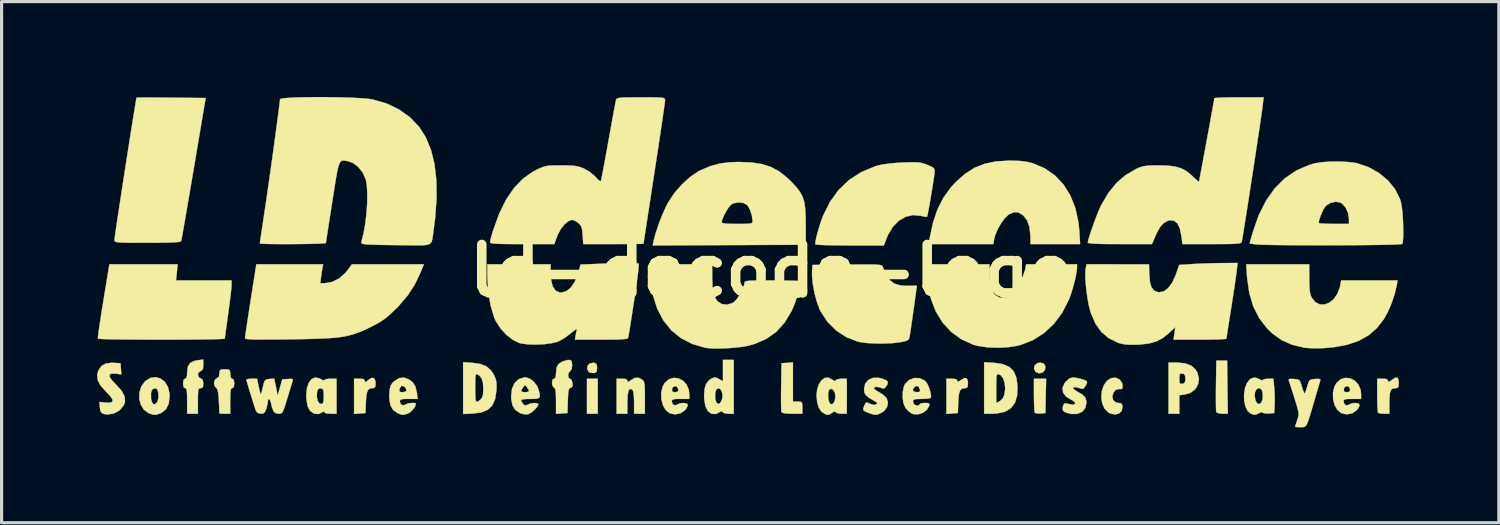
<source format=kicad_pcb>
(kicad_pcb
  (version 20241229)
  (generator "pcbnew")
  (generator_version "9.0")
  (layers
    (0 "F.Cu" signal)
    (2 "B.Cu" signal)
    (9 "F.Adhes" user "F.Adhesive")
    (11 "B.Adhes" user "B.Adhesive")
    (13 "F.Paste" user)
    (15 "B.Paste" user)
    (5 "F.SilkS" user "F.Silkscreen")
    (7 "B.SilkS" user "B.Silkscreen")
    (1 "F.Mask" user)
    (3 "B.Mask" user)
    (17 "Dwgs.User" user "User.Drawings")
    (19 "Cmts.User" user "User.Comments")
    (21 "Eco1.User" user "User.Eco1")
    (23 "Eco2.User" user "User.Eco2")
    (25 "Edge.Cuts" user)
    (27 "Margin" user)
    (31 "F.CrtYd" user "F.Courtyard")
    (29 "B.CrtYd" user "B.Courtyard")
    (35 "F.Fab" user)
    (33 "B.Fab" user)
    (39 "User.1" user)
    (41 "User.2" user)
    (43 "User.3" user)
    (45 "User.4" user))
  (footprint "ld-decode-logo"
    (layer "F.Cu")
    (at 21.207 5.472)
    (property "Reference" "ld-decode-logo" (at 0 0 0) (layer "F.SilkS") (effects (font (size 1.524 1.524) (thickness 0.3))))
    (attr through_hole)
    (fp_poly (pts (xy -5.461 4.487) (xy -5.8 4.487) (xy -5.8 3.387) (xy -5.461 3.387) (xy -5.461 4.487)) (stroke (width 0.01) (type solid)) (fill yes) (layer "F.SilkS"))
    (fp_poly (pts (xy 8.563 2.911) (xy 8.618 2.994) (xy 8.602 3.11) (xy 8.601 3.113) (xy 8.524 3.195) (xy 8.416 3.218) (xy 8.313 3.174) (xy 8.306 3.167) (xy 8.256 3.07) (xy 8.275 2.974) (xy 8.35 2.902) (xy 8.449 2.879) (xy 8.563 2.911)) (stroke (width 0.01) (type solid)) (fill yes) (layer "F.SilkS"))
    (fp_poly (pts (xy 8.615 4.466) (xy 8.465 4.479) (xy 8.357 4.479) (xy 8.289 4.464) (xy 8.285 4.461) (xy 8.274 4.409) (xy 8.264 4.29) (xy 8.258 4.122) (xy 8.255 3.92) (xy 8.255 3.909) (xy 8.255 3.387) (xy 8.639 3.387) (xy 8.615 4.466)) (stroke (width 0.01) (type solid)) (fill yes) (layer "F.SilkS"))
    (fp_poly (pts (xy -5.58 2.886) (xy -5.512 2.911) (xy -5.486 2.977) (xy -5.482 3.048) (xy -5.491 3.15) (xy -5.531 3.196) (xy -5.588 3.209) (xy -5.69 3.199) (xy -5.747 3.168) (xy -5.798 3.072) (xy -5.78 2.977) (xy -5.709 2.907) (xy -5.597 2.884) (xy -5.58 2.886)) (stroke (width 0.01) (type solid)) (fill yes) (layer "F.SilkS"))
    (fp_poly (pts (xy 14.341 3.651) (xy 14.353 4.487) (xy 14.181 4.487) (xy 14.061 4.475) (xy 13.994 4.441) (xy 13.989 4.433) (xy 13.983 4.375) (xy 13.979 4.247) (xy 13.977 4.063) (xy 13.977 3.838) (xy 13.98 3.597) (xy 13.991 2.815) (xy 14.33 2.815) (xy 14.341 3.651)) (stroke (width 0.01) (type solid)) (fill yes) (layer "F.SilkS"))
    (fp_poly (pts (xy 0.677 4.106) (xy 0.826 4.106) (xy 0.917 4.11) (xy 0.96 4.138) (xy 0.973 4.212) (xy 0.974 4.297) (xy 0.974 4.487) (xy 0.655 4.487) (xy 0.466 4.481) (xy 0.355 4.462) (xy 0.315 4.433) (xy 0.309 4.374) (xy 0.305 4.246) (xy 0.303 4.063) (xy 0.304 3.84) (xy 0.306 3.639) (xy 0.318 2.9) (xy 0.497 2.887) (xy 0.677 2.874) (xy 0.677 4.106)) (stroke (width 0.01) (type solid)) (fill yes) (layer "F.SilkS"))
    (fp_poly (pts (xy -12.496 3.37) (xy -12.453 3.455) (xy -12.446 3.534) (xy -12.454 3.635) (xy -12.489 3.676) (xy -12.547 3.683) (xy -12.633 3.697) (xy -12.691 3.748) (xy -12.726 3.851) (xy -12.745 4.017) (xy -12.751 4.13) (xy -12.764 4.466) (xy -12.943 4.479) (xy -13.123 4.492) (xy -13.123 3.387) (xy -12.954 3.387) (xy -12.84 3.395) (xy -12.791 3.427) (xy -12.785 3.458) (xy -12.775 3.496) (xy -12.735 3.479) (xy -12.681 3.431) (xy -12.575 3.361) (xy -12.496 3.37)) (stroke (width 0.01) (type solid)) (fill yes) (layer "F.SilkS"))
    (fp_poly (pts (xy 6.144 3.379) (xy 6.177 3.469) (xy 6.181 3.537) (xy 6.172 3.637) (xy 6.135 3.677) (xy 6.08 3.683) (xy 5.994 3.697) (xy 5.936 3.748) (xy 5.901 3.851) (xy 5.881 4.017) (xy 5.876 4.13) (xy 5.863 4.466) (xy 5.683 4.479) (xy 5.503 4.492) (xy 5.503 3.387) (xy 5.673 3.387) (xy 5.79 3.397) (xy 5.838 3.431) (xy 5.842 3.451) (xy 5.855 3.485) (xy 5.903 3.468) (xy 5.965 3.425) (xy 6.075 3.365) (xy 6.144 3.379)) (stroke (width 0.01) (type solid)) (fill yes) (layer "F.SilkS"))
    (fp_poly (pts (xy 10.95 3.411) (xy 11.027 3.522) (xy 11.041 3.587) (xy 11.043 3.679) (xy 11.009 3.712) (xy 10.938 3.712) (xy 10.834 3.731) (xy 10.758 3.816) (xy 10.758 3.817) (xy 10.719 3.946) (xy 10.746 4.058) (xy 10.828 4.132) (xy 10.912 4.149) (xy 10.999 4.162) (xy 11.034 4.221) (xy 11.04 4.27) (xy 11.016 4.396) (xy 10.934 4.479) (xy 10.812 4.511) (xy 10.669 4.485) (xy 10.598 4.449) (xy 10.476 4.329) (xy 10.402 4.163) (xy 10.374 3.973) (xy 10.39 3.777) (xy 10.45 3.597) (xy 10.551 3.453) (xy 10.686 3.367) (xy 10.829 3.354) (xy 10.95 3.411)) (stroke (width 0.01) (type solid)) (fill yes) (layer "F.SilkS"))
    (fp_poly (pts (xy -4.173 3.358) (xy -4.073 3.41) (xy -4.033 3.444) (xy -4.007 3.488) (xy -3.991 3.559) (xy -3.982 3.674) (xy -3.98 3.848) (xy -3.979 3.982) (xy -3.979 4.487) (xy -4.318 4.487) (xy -4.318 4.133) (xy -4.325 3.921) (xy -4.345 3.788) (xy -4.374 3.732) (xy -4.441 3.705) (xy -4.489 3.755) (xy -4.518 3.883) (xy -4.529 4.092) (xy -4.53 4.136) (xy -4.53 4.487) (xy -4.868 4.487) (xy -4.868 3.387) (xy -4.699 3.387) (xy -4.583 3.396) (xy -4.534 3.43) (xy -4.53 3.453) (xy -4.519 3.49) (xy -4.475 3.474) (xy -4.418 3.432) (xy -4.29 3.358) (xy -4.173 3.358)) (stroke (width 0.01) (type solid)) (fill yes) (layer "F.SilkS"))
    (fp_poly (pts (xy 12.753 2.879) (xy 13.011 2.903) (xy 13.205 2.977) (xy 13.343 3.105) (xy 13.392 3.187) (xy 13.444 3.377) (xy 13.42 3.558) (xy 13.33 3.713) (xy 13.182 3.827) (xy 13.001 3.882) (xy 12.827 3.906) (xy 12.827 4.487) (xy 12.488 4.487) (xy 12.488 3.387) (xy 12.827 3.387) (xy 12.832 3.497) (xy 12.855 3.545) (xy 12.909 3.55) (xy 12.922 3.548) (xy 12.988 3.523) (xy 13.014 3.455) (xy 13.018 3.387) (xy 13.007 3.283) (xy 12.966 3.236) (xy 12.922 3.225) (xy 12.862 3.226) (xy 12.834 3.264) (xy 12.827 3.363) (xy 12.827 3.387) (xy 12.488 3.387) (xy 12.488 2.879) (xy 12.753 2.879)) (stroke (width 0.01) (type solid)) (fill yes) (layer "F.SilkS"))
    (fp_poly (pts (xy 19.721 3.423) (xy 19.727 3.514) (xy 19.721 3.623) (xy 19.694 3.672) (xy 19.631 3.683) (xy 19.63 3.683) (xy 19.54 3.696) (xy 19.481 3.745) (xy 19.448 3.843) (xy 19.433 4.003) (xy 19.431 4.136) (xy 19.431 4.487) (xy 19.269 4.487) (xy 19.157 4.481) (xy 19.085 4.464) (xy 19.078 4.459) (xy 19.067 4.408) (xy 19.059 4.29) (xy 19.052 4.122) (xy 19.05 3.921) (xy 19.05 3.909) (xy 19.05 3.387) (xy 19.219 3.387) (xy 19.335 3.396) (xy 19.384 3.43) (xy 19.389 3.453) (xy 19.4 3.49) (xy 19.443 3.474) (xy 19.5 3.432) (xy 19.615 3.357) (xy 19.686 3.353) (xy 19.721 3.423)) (stroke (width 0.01) (type solid)) (fill yes) (layer "F.SilkS"))
    (fp_poly (pts (xy 7.009 2.888) (xy 7.278 2.928) (xy 7.478 3.014) (xy 7.618 3.152) (xy 7.702 3.349) (xy 7.74 3.614) (xy 7.74 3.62) (xy 7.728 3.913) (xy 7.658 4.144) (xy 7.528 4.315) (xy 7.339 4.427) (xy 7.087 4.481) (xy 6.95 4.487) (xy 6.689 4.487) (xy 6.689 3.686) (xy 7.07 3.686) (xy 7.07 4.147) (xy 7.176 4.099) (xy 7.276 4.007) (xy 7.326 3.887) (xy 7.352 3.705) (xy 7.337 3.528) (xy 7.288 3.378) (xy 7.211 3.276) (xy 7.156 3.248) (xy 7.118 3.242) (xy 7.093 3.258) (xy 7.079 3.31) (xy 7.072 3.412) (xy 7.07 3.578) (xy 7.07 3.686) (xy 6.689 3.686) (xy 6.689 2.868) (xy 7.009 2.888)) (stroke (width 0.01) (type solid)) (fill yes) (layer "F.SilkS"))
    (fp_poly (pts (xy -20.689 2.887) (xy -20.468 2.9) (xy -20.455 3.076) (xy -20.442 3.252) (xy -20.613 3.229) (xy -20.751 3.226) (xy -20.814 3.262) (xy -20.804 3.338) (xy -20.72 3.455) (xy -20.604 3.574) (xy -20.429 3.771) (xy -20.337 3.951) (xy -20.326 4.117) (xy -20.367 4.227) (xy -20.498 4.381) (xy -20.673 4.479) (xy -20.869 4.512) (xy -20.997 4.494) (xy -21.069 4.457) (xy -21.104 4.386) (xy -21.116 4.29) (xy -21.129 4.116) (xy -20.937 4.138) (xy -20.791 4.141) (xy -20.719 4.109) (xy -20.719 4.039) (xy -20.793 3.93) (xy -20.925 3.792) (xy -21.094 3.604) (xy -21.185 3.433) (xy -21.202 3.267) (xy -21.167 3.134) (xy -21.073 2.99) (xy -20.932 2.909) (xy -20.735 2.885) (xy -20.689 2.887)) (stroke (width 0.01) (type solid)) (fill yes) (layer "F.SilkS"))
    (fp_poly (pts (xy -18.723 0.296) (xy -16.976 0.296) (xy -16.976 0.438) (xy -16.981 0.525) (xy -16.997 0.679) (xy -17.022 0.884) (xy -17.052 1.123) (xy -17.081 1.337) (xy -17.115 1.582) (xy -17.145 1.797) (xy -17.168 1.969) (xy -17.183 2.084) (xy -17.187 2.127) (xy -17.228 2.134) (xy -17.346 2.14) (xy -17.531 2.145) (xy -17.776 2.15) (xy -18.073 2.154) (xy -18.414 2.157) (xy -18.789 2.158) (xy -19.175 2.159) (xy -19.576 2.158) (xy -19.952 2.156) (xy -20.292 2.153) (xy -20.589 2.15) (xy -20.835 2.145) (xy -21.021 2.139) (xy -21.138 2.133) (xy -21.179 2.127) (xy -21.177 2.079) (xy -21.162 1.958) (xy -21.137 1.775) (xy -21.102 1.543) (xy -21.06 1.27) (xy -21.011 0.97) (xy -21.007 0.942) (xy -20.817 -0.212) (xy -18.67 -0.212) (xy -18.723 0.296)) (stroke (width 0.01) (type solid)) (fill yes) (layer "F.SilkS"))
    (fp_poly (pts (xy -9.401 2.888) (xy -9.148 2.925) (xy -8.959 3) (xy -8.818 3.123) (xy -8.728 3.261) (xy -8.675 3.379) (xy -8.648 3.491) (xy -8.643 3.632) (xy -8.648 3.76) (xy -8.687 4.025) (xy -8.774 4.224) (xy -8.915 4.361) (xy -9.117 4.445) (xy -9.379 4.481) (xy -9.694 4.497) (xy -9.694 3.684) (xy -9.313 3.684) (xy -9.312 3.895) (xy -9.305 4.03) (xy -9.288 4.101) (xy -9.255 4.116) (xy -9.201 4.086) (xy -9.133 4.03) (xy -9.087 3.962) (xy -9.064 3.846) (xy -9.059 3.716) (xy -9.071 3.514) (xy -9.111 3.376) (xy -9.186 3.287) (xy -9.23 3.259) (xy -9.266 3.244) (xy -9.29 3.252) (xy -9.304 3.298) (xy -9.311 3.394) (xy -9.313 3.554) (xy -9.313 3.684) (xy -9.694 3.684) (xy -9.694 2.867) (xy -9.401 2.888)) (stroke (width 0.01) (type solid)) (fill yes) (layer "F.SilkS"))
    (fp_poly (pts (xy -19.206 3.382) (xy -19.074 3.486) (xy -18.977 3.644) (xy -18.927 3.846) (xy -18.923 3.929) (xy -18.951 4.168) (xy -19.036 4.345) (xy -19.177 4.459) (xy -19.2 4.47) (xy -19.329 4.516) (xy -19.429 4.521) (xy -19.543 4.486) (xy -19.587 4.468) (xy -19.732 4.362) (xy -19.829 4.206) (xy -19.877 4.018) (xy -19.873 3.848) (xy -19.508 3.848) (xy -19.508 4.007) (xy -19.48 4.122) (xy -19.432 4.186) (xy -19.372 4.186) (xy -19.31 4.114) (xy -19.298 4.088) (xy -19.273 3.969) (xy -19.28 3.832) (xy -19.308 3.729) (xy -19.352 3.691) (xy -19.402 3.691) (xy -19.471 3.723) (xy -19.503 3.807) (xy -19.508 3.848) (xy -19.873 3.848) (xy -19.872 3.82) (xy -19.814 3.632) (xy -19.7 3.473) (xy -19.687 3.461) (xy -19.525 3.361) (xy -19.361 3.337) (xy -19.206 3.382)) (stroke (width 0.01) (type solid)) (fill yes) (layer "F.SilkS"))
    (fp_poly (pts (xy -17.079 3.095) (xy -17.031 3.123) (xy -17.018 3.195) (xy -17.018 3.239) (xy -17.004 3.348) (xy -16.96 3.386) (xy -16.954 3.387) (xy -16.908 3.419) (xy -16.891 3.521) (xy -16.891 3.535) (xy -16.905 3.644) (xy -16.949 3.683) (xy -16.954 3.683) (xy -16.985 3.697) (xy -17.004 3.75) (xy -17.014 3.855) (xy -17.018 4.027) (xy -17.018 4.085) (xy -17.018 4.487) (xy -17.187 4.487) (xy -17.294 4.485) (xy -17.353 4.479) (xy -17.357 4.477) (xy -17.369 4.197) (xy -17.381 3.991) (xy -17.395 3.847) (xy -17.413 3.753) (xy -17.434 3.699) (xy -17.46 3.674) (xy -17.515 3.604) (xy -17.526 3.506) (xy -17.497 3.417) (xy -17.441 3.374) (xy -17.377 3.329) (xy -17.357 3.226) (xy -17.357 3.221) (xy -17.35 3.137) (xy -17.315 3.1) (xy -17.227 3.091) (xy -17.187 3.09) (xy -17.079 3.095)) (stroke (width 0.01) (type solid)) (fill yes) (layer "F.SilkS"))
    (fp_poly (pts (xy -1.185 4.487) (xy -1.351 4.487) (xy -1.465 4.475) (xy -1.53 4.443) (xy -1.535 4.434) (xy -1.568 4.404) (xy -1.612 4.428) (xy -1.747 4.497) (xy -1.881 4.488) (xy -1.892 4.484) (xy -2.002 4.399) (xy -2.077 4.244) (xy -2.113 4.026) (xy -2.116 3.929) (xy -2.113 3.888) (xy -1.77 3.888) (xy -1.764 4.038) (xy -1.728 4.138) (xy -1.674 4.18) (xy -1.614 4.155) (xy -1.559 4.058) (xy -1.55 4.028) (xy -1.535 3.897) (xy -1.561 3.782) (xy -1.617 3.706) (xy -1.683 3.691) (xy -1.736 3.729) (xy -1.764 3.827) (xy -1.77 3.888) (xy -2.113 3.888) (xy -2.1 3.704) (xy -2.051 3.544) (xy -1.96 3.433) (xy -1.893 3.388) (xy -1.805 3.348) (xy -1.732 3.354) (xy -1.651 3.395) (xy -1.524 3.467) (xy -1.524 2.794) (xy -1.185 2.794) (xy -1.185 4.487)) (stroke (width 0.01) (type solid)) (fill yes) (layer "F.SilkS"))
    (fp_poly (pts (xy 7.809 -3.462) (xy 8.045 -3.432) (xy 8.219 -3.388) (xy 8.591 -3.231) (xy 8.914 -3.007) (xy 9.184 -2.721) (xy 9.4 -2.377) (xy 9.558 -1.978) (xy 9.655 -1.529) (xy 9.682 -1.26) (xy 9.707 -0.847) (xy 8.148 -0.847) (xy 8.145 -1.09) (xy 8.117 -1.373) (xy 8.042 -1.591) (xy 7.917 -1.75) (xy 7.91 -1.755) (xy 7.768 -1.842) (xy 7.63 -1.852) (xy 7.476 -1.784) (xy 7.45 -1.767) (xy 7.339 -1.661) (xy 7.222 -1.501) (xy 7.116 -1.314) (xy 7.037 -1.128) (xy 7.005 -1.007) (xy 6.978 -0.847) (xy 4.946 -0.847) (xy 4.975 -1.027) (xy 5.08 -1.514) (xy 5.221 -1.935) (xy 5.407 -2.302) (xy 5.642 -2.628) (xy 5.798 -2.797) (xy 6.087 -3.054) (xy 6.384 -3.244) (xy 6.704 -3.372) (xy 7.063 -3.446) (xy 7.479 -3.471) (xy 7.519 -3.471) (xy 7.809 -3.462)) (stroke (width 0.01) (type solid)) (fill yes) (layer "F.SilkS"))
    (fp_poly (pts (xy -17.865 2.953) (xy -17.874 3.07) (xy -17.91 3.128) (xy -17.949 3.145) (xy -18.021 3.202) (xy -18.034 3.26) (xy -17.999 3.347) (xy -17.949 3.374) (xy -17.887 3.416) (xy -17.865 3.509) (xy -17.865 3.54) (xy -17.875 3.64) (xy -17.914 3.679) (xy -17.949 3.683) (xy -17.989 3.689) (xy -18.014 3.718) (xy -18.027 3.785) (xy -18.033 3.906) (xy -18.034 4.085) (xy -18.034 4.487) (xy -18.373 4.487) (xy -18.373 4.085) (xy -18.375 3.893) (xy -18.383 3.772) (xy -18.4 3.707) (xy -18.427 3.684) (xy -18.436 3.683) (xy -18.483 3.651) (xy -18.5 3.548) (xy -18.5 3.535) (xy -18.486 3.425) (xy -18.442 3.387) (xy -18.436 3.387) (xy -18.396 3.363) (xy -18.376 3.283) (xy -18.373 3.182) (xy -18.351 3.007) (xy -18.278 2.892) (xy -18.142 2.826) (xy -18.037 2.806) (xy -17.865 2.783) (xy -17.865 2.953)) (stroke (width 0.01) (type solid)) (fill yes) (layer "F.SilkS"))
    (fp_poly (pts (xy -6.318 2.799) (xy -6.276 2.853) (xy -6.265 2.959) (xy -6.282 3.09) (xy -6.329 3.148) (xy -6.375 3.199) (xy -6.392 3.28) (xy -6.378 3.354) (xy -6.334 3.387) (xy -6.286 3.424) (xy -6.256 3.518) (xy -6.255 3.519) (xy -6.253 3.619) (xy -6.293 3.665) (xy -6.313 3.672) (xy -6.35 3.693) (xy -6.374 3.742) (xy -6.389 3.837) (xy -6.398 3.994) (xy -6.401 4.079) (xy -6.413 4.466) (xy -6.593 4.479) (xy -6.773 4.492) (xy -6.773 4.092) (xy -6.776 3.896) (xy -6.786 3.77) (xy -6.805 3.698) (xy -6.836 3.668) (xy -6.837 3.668) (xy -6.884 3.609) (xy -6.9 3.515) (xy -6.882 3.414) (xy -6.837 3.387) (xy -6.793 3.359) (xy -6.775 3.268) (xy -6.773 3.215) (xy -6.756 3.039) (xy -6.696 2.924) (xy -6.584 2.851) (xy -6.556 2.841) (xy -6.407 2.797) (xy -6.318 2.799)) (stroke (width 0.01) (type solid)) (fill yes) (layer "F.SilkS"))
    (fp_poly (pts (xy 15.922 -0.212) (xy 16.912 -0.212) (xy 16.913 0.243) (xy 16.917 0.474) (xy 16.93 0.638) (xy 16.954 0.755) (xy 16.988 0.835) (xy 17.101 0.978) (xy 17.239 1.049) (xy 17.389 1.054) (xy 17.54 0.998) (xy 17.679 0.886) (xy 17.794 0.723) (xy 17.874 0.514) (xy 17.887 0.454) (xy 17.916 0.296) (xy 19.689 0.296) (xy 19.662 0.455) (xy 19.599 0.723) (xy 19.501 1.014) (xy 19.382 1.291) (xy 19.258 1.514) (xy 19.038 1.795) (xy 18.779 2.021) (xy 18.473 2.193) (xy 18.112 2.317) (xy 17.689 2.396) (xy 17.357 2.425) (xy 17.153 2.431) (xy 16.949 2.427) (xy 16.782 2.413) (xy 16.764 2.411) (xy 16.378 2.321) (xy 16.044 2.173) (xy 15.746 1.959) (xy 15.593 1.81) (xy 15.343 1.489) (xy 15.155 1.119) (xy 15.028 0.696) (xy 14.959 0.216) (xy 14.955 0.161) (xy 14.931 -0.212) (xy 15.922 -0.212)) (stroke (width 0.01) (type solid)) (fill yes) (layer "F.SilkS"))
    (fp_poly (pts (xy 6.858 0.074) (xy 6.873 0.352) (xy 6.92 0.56) (xy 7.001 0.711) (xy 7.043 0.757) (xy 7.187 0.844) (xy 7.341 0.848) (xy 7.5 0.769) (xy 7.564 0.716) (xy 7.682 0.573) (xy 7.801 0.381) (xy 7.904 0.171) (xy 7.973 -0.023) (xy 7.985 -0.074) (xy 8.01 -0.212) (xy 9.61 -0.212) (xy 9.61 -0.104) (xy 9.595 0.038) (xy 9.557 0.233) (xy 9.501 0.455) (xy 9.435 0.678) (xy 9.363 0.877) (xy 9.359 0.889) (xy 9.15 1.302) (xy 8.887 1.658) (xy 8.575 1.95) (xy 8.22 2.175) (xy 7.826 2.327) (xy 7.743 2.348) (xy 7.448 2.396) (xy 7.124 2.413) (xy 6.8 2.4) (xy 6.507 2.358) (xy 6.34 2.314) (xy 5.969 2.144) (xy 5.647 1.91) (xy 5.378 1.616) (xy 5.167 1.268) (xy 5.016 0.873) (xy 4.931 0.436) (xy 4.911 0.095) (xy 4.911 -0.212) (xy 6.858 -0.212) (xy 6.858 0.074)) (stroke (width 0.01) (type solid)) (fill yes) (layer "F.SilkS"))
    (fp_poly (pts (xy -14.207 3.377) (xy -14.16 3.404) (xy -14.087 3.44) (xy -14.055 3.432) (xy -14.055 3.43) (xy -14.017 3.404) (xy -13.921 3.389) (xy -13.864 3.387) (xy -13.674 3.387) (xy -13.674 4.487) (xy -13.864 4.487) (xy -13.985 4.478) (xy -14.049 4.452) (xy -14.055 4.44) (xy -14.076 4.415) (xy -14.108 4.433) (xy -14.244 4.499) (xy -14.38 4.484) (xy -14.505 4.399) (xy -14.584 4.252) (xy -14.622 4.036) (xy -14.624 3.959) (xy -14.295 3.959) (xy -14.267 4.081) (xy -14.214 4.163) (xy -14.15 4.183) (xy -14.106 4.158) (xy -14.083 4.091) (xy -14.076 3.963) (xy -14.076 3.936) (xy -14.08 3.801) (xy -14.096 3.729) (xy -14.134 3.698) (xy -14.169 3.691) (xy -14.236 3.698) (xy -14.274 3.757) (xy -14.288 3.818) (xy -14.295 3.959) (xy -14.624 3.959) (xy -14.626 3.918) (xy -14.605 3.687) (xy -14.546 3.511) (xy -14.456 3.396) (xy -14.341 3.349) (xy -14.207 3.377)) (stroke (width 0.01) (type solid)) (fill yes) (layer "F.SilkS"))
    (fp_poly (pts (xy -2.924 3.375) (xy -2.782 3.447) (xy -2.668 3.568) (xy -2.598 3.732) (xy -2.582 3.863) (xy -2.582 4.022) (xy -2.857 4.022) (xy -3.006 4.024) (xy -3.089 4.036) (xy -3.125 4.062) (xy -3.133 4.108) (xy -3.102 4.19) (xy -3.032 4.226) (xy -2.955 4.2) (xy -2.952 4.197) (xy -2.879 4.163) (xy -2.768 4.149) (xy -2.764 4.149) (xy -2.658 4.167) (xy -2.627 4.224) (xy -2.672 4.318) (xy -2.72 4.376) (xy -2.865 4.478) (xy -3.039 4.508) (xy -3.2 4.47) (xy -3.324 4.373) (xy -3.412 4.219) (xy -3.461 4.032) (xy -3.466 3.834) (xy -3.439 3.715) (xy -3.125 3.715) (xy -3.12 3.785) (xy -3.061 3.809) (xy -3.027 3.81) (xy -2.946 3.797) (xy -2.926 3.744) (xy -2.929 3.715) (xy -2.971 3.635) (xy -3.027 3.619) (xy -3.103 3.654) (xy -3.125 3.715) (xy -3.439 3.715) (xy -3.424 3.646) (xy -3.358 3.523) (xy -3.227 3.406) (xy -3.077 3.359) (xy -2.924 3.375)) (stroke (width 0.01) (type solid)) (fill yes) (layer "F.SilkS"))
    (fp_poly (pts (xy 1.913 3.414) (xy 1.918 3.418) (xy 1.986 3.464) (xy 2.02 3.442) (xy 2.021 3.44) (xy 2.072 3.405) (xy 2.178 3.387) (xy 2.205 3.387) (xy 2.371 3.387) (xy 2.371 4.487) (xy 2.205 4.487) (xy 2.095 4.476) (xy 2.029 4.447) (xy 2.022 4.437) (xy 1.987 4.415) (xy 1.907 4.456) (xy 1.904 4.458) (xy 1.823 4.511) (xy 1.768 4.522) (xy 1.696 4.501) (xy 1.693 4.5) (xy 1.57 4.421) (xy 1.485 4.285) (xy 1.44 4.129) (xy 1.418 3.917) (xy 1.425 3.848) (xy 1.785 3.848) (xy 1.786 4.003) (xy 1.813 4.119) (xy 1.859 4.184) (xy 1.915 4.19) (xy 1.972 4.125) (xy 1.991 4.082) (xy 2.013 3.957) (xy 1.997 3.834) (xy 1.951 3.741) (xy 1.881 3.704) (xy 1.82 3.727) (xy 1.79 3.807) (xy 1.785 3.848) (xy 1.425 3.848) (xy 1.439 3.724) (xy 1.494 3.559) (xy 1.576 3.435) (xy 1.679 3.362) (xy 1.793 3.352) (xy 1.913 3.414)) (stroke (width 0.01) (type solid)) (fill yes) (layer "F.SilkS"))
    (fp_poly (pts (xy 3.167 -0.205) (xy 3.304 -0.2) (xy 3.397 -0.192) (xy 3.453 -0.18) (xy 3.483 -0.163) (xy 3.498 -0.141) (xy 3.499 -0.138) (xy 3.6 0.11) (xy 3.717 0.284) (xy 3.863 0.394) (xy 4.053 0.451) (xy 4.271 0.466) (xy 4.573 0.466) (xy 4.552 0.624) (xy 4.522 0.843) (xy 4.489 1.084) (xy 4.454 1.332) (xy 4.42 1.571) (xy 4.389 1.784) (xy 4.363 1.955) (xy 4.345 2.068) (xy 4.339 2.102) (xy 4.312 2.155) (xy 4.249 2.193) (xy 4.129 2.225) (xy 4.05 2.239) (xy 3.82 2.267) (xy 3.551 2.28) (xy 3.272 2.279) (xy 3.01 2.265) (xy 2.792 2.236) (xy 2.714 2.219) (xy 2.355 2.08) (xy 2.035 1.87) (xy 1.763 1.597) (xy 1.55 1.272) (xy 1.518 1.208) (xy 1.432 0.979) (xy 1.358 0.707) (xy 1.305 0.423) (xy 1.278 0.16) (xy 1.278 0.01) (xy 1.291 -0.191) (xy 2.382 -0.202) (xy 2.715 -0.205) (xy 2.974 -0.206) (xy 3.167 -0.205)) (stroke (width 0.01) (type solid)) (fill yes) (layer "F.SilkS"))
    (fp_poly (pts (xy 9.559 3.356) (xy 9.701 3.384) (xy 9.829 3.423) (xy 9.833 3.424) (xy 9.91 3.459) (xy 9.928 3.501) (xy 9.895 3.579) (xy 9.883 3.601) (xy 9.822 3.69) (xy 9.761 3.708) (xy 9.744 3.702) (xy 9.608 3.658) (xy 9.519 3.652) (xy 9.485 3.677) (xy 9.516 3.727) (xy 9.62 3.793) (xy 9.776 3.884) (xy 9.865 3.973) (xy 9.902 4.08) (xy 9.906 4.148) (xy 9.87 4.309) (xy 9.771 4.427) (xy 9.622 4.492) (xy 9.437 4.496) (xy 9.356 4.479) (xy 9.226 4.435) (xy 9.166 4.385) (xy 9.158 4.309) (xy 9.168 4.257) (xy 9.201 4.177) (xy 9.259 4.161) (xy 9.308 4.172) (xy 9.444 4.201) (xy 9.519 4.199) (xy 9.554 4.165) (xy 9.555 4.161) (xy 9.532 4.114) (xy 9.453 4.06) (xy 9.428 4.049) (xy 9.263 3.948) (xy 9.171 3.819) (xy 9.155 3.675) (xy 9.218 3.527) (xy 9.273 3.463) (xy 9.37 3.38) (xy 9.458 3.35) (xy 9.559 3.356)) (stroke (width 0.01) (type solid)) (fill yes) (layer "F.SilkS"))
    (fp_poly (pts (xy 18.201 3.375) (xy 18.342 3.447) (xy 18.456 3.568) (xy 18.527 3.732) (xy 18.542 3.863) (xy 18.542 4.022) (xy 18.267 4.022) (xy 18.118 4.024) (xy 18.035 4.036) (xy 17.999 4.062) (xy 17.992 4.108) (xy 18.022 4.19) (xy 18.093 4.226) (xy 18.169 4.2) (xy 18.172 4.197) (xy 18.246 4.163) (xy 18.356 4.149) (xy 18.36 4.149) (xy 18.467 4.167) (xy 18.497 4.224) (xy 18.453 4.318) (xy 18.404 4.376) (xy 18.259 4.478) (xy 18.085 4.508) (xy 17.925 4.47) (xy 17.801 4.373) (xy 17.712 4.219) (xy 17.664 4.032) (xy 17.658 3.834) (xy 17.685 3.715) (xy 17.999 3.715) (xy 18.005 3.785) (xy 18.064 3.809) (xy 18.098 3.81) (xy 18.178 3.797) (xy 18.199 3.744) (xy 18.196 3.715) (xy 18.154 3.635) (xy 18.098 3.619) (xy 18.022 3.654) (xy 17.999 3.715) (xy 17.685 3.715) (xy 17.7 3.646) (xy 17.767 3.523) (xy 17.897 3.406) (xy 18.047 3.359) (xy 18.201 3.375)) (stroke (width 0.01) (type solid)) (fill yes) (layer "F.SilkS"))
    (fp_poly (pts (xy 3.489 3.386) (xy 3.613 3.436) (xy 3.663 3.491) (xy 3.647 3.567) (xy 3.617 3.617) (xy 3.555 3.689) (xy 3.493 3.693) (xy 3.47 3.682) (xy 3.373 3.649) (xy 3.28 3.643) (xy 3.223 3.666) (xy 3.217 3.682) (xy 3.252 3.725) (xy 3.339 3.784) (xy 3.386 3.81) (xy 3.508 3.888) (xy 3.605 3.976) (xy 3.623 3.999) (xy 3.665 4.134) (xy 3.638 4.275) (xy 3.548 4.398) (xy 3.452 4.462) (xy 3.351 4.508) (xy 3.277 4.523) (xy 3.195 4.509) (xy 3.077 4.468) (xy 2.952 4.42) (xy 2.894 4.378) (xy 2.889 4.321) (xy 2.92 4.236) (xy 2.961 4.152) (xy 3.005 4.133) (xy 3.088 4.168) (xy 3.096 4.173) (xy 3.22 4.212) (xy 3.291 4.196) (xy 3.329 4.165) (xy 3.307 4.13) (xy 3.222 4.078) (xy 3.066 3.985) (xy 2.972 3.907) (xy 2.926 3.826) (xy 2.913 3.724) (xy 2.913 3.71) (xy 2.948 3.545) (xy 3.045 3.426) (xy 3.192 3.361) (xy 3.375 3.358) (xy 3.489 3.386)) (stroke (width 0.01) (type solid)) (fill yes) (layer "F.SilkS"))
    (fp_poly (pts (xy -19.394 -5.455) (xy -19.126 -5.453) (xy -18.871 -5.451) (xy -17.79 -5.44) (xy -18.164 -3.221) (xy -18.236 -2.797) (xy -18.304 -2.398) (xy -18.367 -2.031) (xy -18.423 -1.704) (xy -18.472 -1.426) (xy -18.511 -1.203) (xy -18.54 -1.045) (xy -18.557 -0.959) (xy -18.56 -0.946) (xy -18.583 -0.927) (xy -18.641 -0.913) (xy -18.745 -0.903) (xy -18.901 -0.896) (xy -19.119 -0.891) (xy -19.408 -0.889) (xy -19.62 -0.889) (xy -19.943 -0.889) (xy -20.19 -0.89) (xy -20.373 -0.893) (xy -20.501 -0.899) (xy -20.584 -0.908) (xy -20.631 -0.921) (xy -20.652 -0.94) (xy -20.658 -0.964) (xy -20.659 -0.975) (xy -20.652 -1.032) (xy -20.634 -1.161) (xy -20.606 -1.353) (xy -20.57 -1.599) (xy -20.526 -1.89) (xy -20.476 -2.216) (xy -20.422 -2.568) (xy -20.365 -2.936) (xy -20.307 -3.311) (xy -20.249 -3.683) (xy -20.193 -4.044) (xy -20.139 -4.383) (xy -20.09 -4.692) (xy -20.047 -4.961) (xy -20.011 -5.18) (xy -19.984 -5.34) (xy -19.968 -5.432) (xy -19.963 -5.451) (xy -19.92 -5.453) (xy -19.803 -5.455) (xy -19.624 -5.456) (xy -19.394 -5.455)) (stroke (width 0.01) (type solid)) (fill yes) (layer "F.SilkS"))
    (fp_poly (pts (xy -14.115 -0.116) (xy -14.132 -0.016) (xy -14.153 0.123) (xy -14.161 0.18) (xy -14.187 0.381) (xy -14.028 0.381) (xy -13.806 0.341) (xy -13.588 0.23) (xy -13.395 0.057) (xy -13.344 -0.005) (xy -13.19 -0.212) (xy -10.928 -0.212) (xy -11.029 0.037) (xy -11.213 0.424) (xy -11.439 0.771) (xy -11.726 1.105) (xy -11.807 1.187) (xy -11.995 1.367) (xy -12.157 1.502) (xy -12.321 1.612) (xy -12.514 1.717) (xy -12.573 1.747) (xy -12.768 1.841) (xy -12.946 1.918) (xy -13.116 1.98) (xy -13.29 2.029) (xy -13.481 2.067) (xy -13.697 2.095) (xy -13.952 2.115) (xy -14.257 2.129) (xy -14.621 2.139) (xy -15.058 2.147) (xy -15.124 2.148) (xy -15.518 2.153) (xy -15.836 2.155) (xy -16.084 2.156) (xy -16.271 2.153) (xy -16.403 2.148) (xy -16.489 2.139) (xy -16.537 2.128) (xy -16.553 2.112) (xy -16.553 2.11) (xy -16.547 2.055) (xy -16.529 1.927) (xy -16.501 1.739) (xy -16.465 1.501) (xy -16.423 1.226) (xy -16.376 0.925) (xy -16.375 0.921) (xy -16.197 -0.212) (xy -14.095 -0.212) (xy -14.115 -0.116)) (stroke (width 0.01) (type solid)) (fill yes) (layer "F.SilkS"))
    (fp_poly (pts (xy 15.282 3.372) (xy 15.329 3.397) (xy 15.411 3.434) (xy 15.451 3.431) (xy 15.452 3.427) (xy 15.489 3.402) (xy 15.583 3.388) (xy 15.618 3.387) (xy 15.784 3.387) (xy 15.811 3.651) (xy 15.824 3.849) (xy 15.828 4.069) (xy 15.825 4.191) (xy 15.812 4.466) (xy 15.632 4.479) (xy 15.521 4.478) (xy 15.458 4.461) (xy 15.452 4.45) (xy 15.42 4.437) (xy 15.342 4.465) (xy 15.335 4.468) (xy 15.246 4.513) (xy 15.187 4.522) (xy 15.114 4.499) (xy 15.079 4.485) (xy 14.976 4.402) (xy 14.905 4.26) (xy 14.867 4.083) (xy 14.863 3.936) (xy 15.196 3.936) (xy 15.222 4.067) (xy 15.241 4.109) (xy 15.299 4.181) (xy 15.362 4.173) (xy 15.401 4.14) (xy 15.437 4.06) (xy 15.451 3.935) (xy 15.441 3.806) (xy 15.426 3.75) (xy 15.367 3.692) (xy 15.325 3.683) (xy 15.252 3.72) (xy 15.207 3.812) (xy 15.196 3.936) (xy 14.863 3.936) (xy 14.862 3.888) (xy 14.889 3.699) (xy 14.948 3.534) (xy 15.038 3.414) (xy 15.094 3.378) (xy 15.191 3.349) (xy 15.282 3.372)) (stroke (width 0.01) (type solid)) (fill yes) (layer "F.SilkS"))
    (fp_poly (pts (xy -11.391 3.413) (xy -11.268 3.509) (xy -11.193 3.637) (xy -11.15 3.821) (xy -11.148 3.832) (xy -11.122 4.022) (xy -11.403 4.022) (xy -11.554 4.024) (xy -11.638 4.035) (xy -11.676 4.061) (xy -11.684 4.107) (xy -11.684 4.108) (xy -11.653 4.19) (xy -11.583 4.226) (xy -11.507 4.2) (xy -11.503 4.197) (xy -11.443 4.169) (xy -11.348 4.152) (xy -11.251 4.148) (xy -11.186 4.159) (xy -11.176 4.172) (xy -11.209 4.27) (xy -11.289 4.376) (xy -11.389 4.461) (xy -11.435 4.483) (xy -11.537 4.516) (xy -11.604 4.523) (xy -11.679 4.5) (xy -11.755 4.468) (xy -11.897 4.368) (xy -11.983 4.214) (xy -12.017 3.999) (xy -12.014 3.861) (xy -12.007 3.786) (xy -11.698 3.786) (xy -11.646 3.808) (xy -11.595 3.81) (xy -11.501 3.792) (xy -11.472 3.752) (xy -11.501 3.679) (xy -11.564 3.623) (xy -11.628 3.612) (xy -11.635 3.615) (xy -11.677 3.672) (xy -11.696 3.725) (xy -11.698 3.786) (xy -12.007 3.786) (xy -12 3.705) (xy -11.973 3.603) (xy -11.924 3.527) (xy -11.861 3.466) (xy -11.705 3.367) (xy -11.546 3.353) (xy -11.391 3.413)) (stroke (width 0.01) (type solid)) (fill yes) (layer "F.SilkS"))
    (fp_poly (pts (xy 4.541 -3.419) (xy 4.663 -3.41) (xy 4.764 -3.388) (xy 4.864 -3.354) (xy 4.911 -3.335) (xy 5.04 -3.278) (xy 5.108 -3.232) (xy 5.132 -3.179) (xy 5.13 -3.098) (xy 5.13 -3.09) (xy 5.117 -2.986) (xy 5.094 -2.83) (xy 5.064 -2.638) (xy 5.029 -2.429) (xy 4.994 -2.219) (xy 4.959 -2.024) (xy 4.929 -1.862) (xy 4.906 -1.75) (xy 4.894 -1.705) (xy 4.847 -1.704) (xy 4.747 -1.723) (xy 4.698 -1.736) (xy 4.455 -1.76) (xy 4.221 -1.706) (xy 4.005 -1.58) (xy 3.817 -1.389) (xy 3.667 -1.137) (xy 3.634 -1.058) (xy 3.535 -0.804) (xy 2.469 -0.804) (xy 2.177 -0.806) (xy 1.914 -0.809) (xy 1.692 -0.814) (xy 1.521 -0.821) (xy 1.415 -0.829) (xy 1.383 -0.836) (xy 1.382 -0.895) (xy 1.404 -1.015) (xy 1.443 -1.176) (xy 1.495 -1.358) (xy 1.553 -1.542) (xy 1.613 -1.709) (xy 1.623 -1.735) (xy 1.842 -2.175) (xy 2.116 -2.552) (xy 2.445 -2.864) (xy 2.826 -3.111) (xy 3.258 -3.291) (xy 3.365 -3.323) (xy 3.52 -3.354) (xy 3.732 -3.382) (xy 3.974 -3.403) (xy 4.149 -3.413) (xy 4.377 -3.419) (xy 4.541 -3.419)) (stroke (width 0.01) (type solid)) (fill yes) (layer "F.SilkS"))
    (fp_poly (pts (xy 4.661 3.369) (xy 4.815 3.442) (xy 4.86 3.484) (xy 4.916 3.572) (xy 4.968 3.697) (xy 5.005 3.83) (xy 5.02 3.939) (xy 5.011 3.988) (xy 4.961 4.005) (xy 4.851 4.017) (xy 4.718 4.022) (xy 4.563 4.026) (xy 4.478 4.043) (xy 4.451 4.082) (xy 4.465 4.152) (xy 4.471 4.166) (xy 4.518 4.214) (xy 4.589 4.233) (xy 4.645 4.218) (xy 4.657 4.191) (xy 4.694 4.164) (xy 4.788 4.15) (xy 4.822 4.149) (xy 4.928 4.154) (xy 4.969 4.179) (xy 4.966 4.23) (xy 4.892 4.361) (xy 4.765 4.458) (xy 4.611 4.508) (xy 4.458 4.499) (xy 4.407 4.478) (xy 4.309 4.405) (xy 4.217 4.305) (xy 4.216 4.304) (xy 4.156 4.168) (xy 4.127 3.986) (xy 4.131 3.793) (xy 4.147 3.722) (xy 4.447 3.722) (xy 4.467 3.783) (xy 4.559 3.81) (xy 4.568 3.81) (xy 4.654 3.8) (xy 4.675 3.76) (xy 4.669 3.725) (xy 4.622 3.63) (xy 4.553 3.615) (xy 4.507 3.642) (xy 4.447 3.722) (xy 4.147 3.722) (xy 4.168 3.624) (xy 4.205 3.55) (xy 4.333 3.425) (xy 4.492 3.364) (xy 4.661 3.369)) (stroke (width 0.01) (type solid)) (fill yes) (layer "F.SilkS"))
    (fp_poly (pts (xy 17.257 3.406) (xy 17.258 3.448) (xy 17.255 3.458) (xy 17.235 3.525) (xy 17.196 3.657) (xy 17.144 3.835) (xy 17.083 4.043) (xy 17.064 4.106) (xy 16.984 4.381) (xy 16.923 4.584) (xy 16.875 4.728) (xy 16.835 4.822) (xy 16.798 4.877) (xy 16.757 4.903) (xy 16.707 4.911) (xy 16.643 4.911) (xy 16.638 4.911) (xy 16.532 4.908) (xy 16.472 4.9) (xy 16.468 4.897) (xy 16.48 4.853) (xy 16.512 4.755) (xy 16.535 4.685) (xy 16.563 4.599) (xy 16.576 4.526) (xy 16.574 4.447) (xy 16.552 4.343) (xy 16.51 4.195) (xy 16.45 4.002) (xy 16.388 3.806) (xy 16.333 3.637) (xy 16.292 3.511) (xy 16.271 3.449) (xy 16.268 3.408) (xy 16.313 3.391) (xy 16.423 3.394) (xy 16.43 3.395) (xy 16.538 3.406) (xy 16.6 3.434) (xy 16.639 3.5) (xy 16.678 3.626) (xy 16.679 3.63) (xy 16.717 3.753) (xy 16.75 3.833) (xy 16.764 3.852) (xy 16.787 3.815) (xy 16.822 3.72) (xy 16.849 3.63) (xy 16.889 3.502) (xy 16.927 3.435) (xy 16.988 3.406) (xy 17.094 3.395) (xy 17.096 3.395) (xy 17.209 3.391) (xy 17.257 3.406)) (stroke (width 0.01) (type solid)) (fill yes) (layer "F.SilkS"))
    (fp_poly (pts (xy -7.603 3.381) (xy -7.477 3.476) (xy -7.374 3.606) (xy -7.325 3.717) (xy -7.287 3.868) (xy -7.285 3.959) (xy -7.331 4.004) (xy -7.439 4.02) (xy -7.578 4.022) (xy -7.724 4.026) (xy -7.83 4.038) (xy -7.874 4.055) (xy -7.874 4.056) (xy -7.851 4.113) (xy -7.813 4.172) (xy -7.755 4.228) (xy -7.689 4.215) (xy -7.665 4.202) (xy -7.574 4.166) (xy -7.466 4.151) (xy -7.373 4.156) (xy -7.325 4.183) (xy -7.324 4.19) (xy -7.356 4.261) (xy -7.435 4.352) (xy -7.535 4.438) (xy -7.632 4.496) (xy -7.662 4.506) (xy -7.775 4.505) (xy -7.9 4.47) (xy -7.903 4.469) (xy -8.052 4.369) (xy -8.144 4.221) (xy -8.182 4.016) (xy -8.184 3.942) (xy -8.162 3.749) (xy -7.866 3.749) (xy -7.852 3.795) (xy -7.763 3.81) (xy -7.747 3.81) (xy -7.658 3.8) (xy -7.62 3.776) (xy -7.62 3.776) (xy -7.643 3.719) (xy -7.684 3.659) (xy -7.734 3.602) (xy -7.772 3.613) (xy -7.811 3.659) (xy -7.866 3.749) (xy -8.162 3.749) (xy -8.156 3.702) (xy -8.075 3.52) (xy -7.945 3.399) (xy -7.771 3.346) (xy -7.727 3.344) (xy -7.603 3.381)) (stroke (width 0.01) (type solid)) (fill yes) (layer "F.SilkS"))
    (fp_poly (pts (xy -15.579 3.649) (xy -15.525 3.916) (xy -15.382 3.408) (xy -15.206 3.395) (xy -15.097 3.39) (xy -15.052 3.405) (xy -15.055 3.456) (xy -15.069 3.501) (xy -15.097 3.591) (xy -15.142 3.738) (xy -15.198 3.921) (xy -15.238 4.053) (xy -15.297 4.245) (xy -15.341 4.37) (xy -15.377 4.442) (xy -15.415 4.477) (xy -15.463 4.487) (xy -15.494 4.487) (xy -15.592 4.469) (xy -15.659 4.404) (xy -15.707 4.278) (xy -15.728 4.18) (xy -15.758 4.078) (xy -15.794 4.025) (xy -15.823 4.031) (xy -15.833 4.091) (xy -15.844 4.175) (xy -15.873 4.295) (xy -15.882 4.324) (xy -15.923 4.431) (xy -15.975 4.478) (xy -16.052 4.487) (xy -16.158 4.462) (xy -16.21 4.392) (xy -16.239 4.307) (xy -16.283 4.171) (xy -16.335 4.006) (xy -16.39 3.83) (xy -16.44 3.663) (xy -16.481 3.525) (xy -16.505 3.436) (xy -16.51 3.414) (xy -16.472 3.397) (xy -16.379 3.387) (xy -16.342 3.387) (xy -16.175 3.387) (xy -16.122 3.639) (xy -16.093 3.769) (xy -16.067 3.854) (xy -16.053 3.876) (xy -16.036 3.828) (xy -16.008 3.724) (xy -15.987 3.633) (xy -15.955 3.503) (xy -15.92 3.435) (xy -15.865 3.405) (xy -15.785 3.395) (xy -15.633 3.382) (xy -15.579 3.649)) (stroke (width 0.01) (type solid)) (fill yes) (layer "F.SilkS"))
    (fp_poly (pts (xy -1.863 0.18) (xy -1.855 0.453) (xy -1.83 0.659) (xy -1.784 0.812) (xy -1.713 0.929) (xy -1.687 0.959) (xy -1.558 1.04) (xy -1.399 1.058) (xy -1.238 1.013) (xy -1.165 0.966) (xy -1.08 0.873) (xy -0.99 0.734) (xy -0.911 0.58) (xy -0.859 0.44) (xy -0.847 0.37) (xy -0.841 0.345) (xy -0.816 0.327) (xy -0.762 0.313) (xy -0.668 0.305) (xy -0.522 0.299) (xy -0.315 0.297) (xy -0.036 0.296) (xy 0.014 0.296) (xy 0.275 0.297) (xy 0.507 0.3) (xy 0.696 0.305) (xy 0.829 0.311) (xy 0.894 0.317) (xy 0.898 0.319) (xy 0.908 0.38) (xy 0.89 0.502) (xy 0.851 0.664) (xy 0.795 0.851) (xy 0.727 1.041) (xy 0.652 1.219) (xy 0.632 1.262) (xy 0.417 1.62) (xy 0.157 1.909) (xy -0.154 2.131) (xy -0.521 2.291) (xy -0.727 2.349) (xy -0.922 2.385) (xy -1.164 2.412) (xy -1.426 2.43) (xy -1.682 2.437) (xy -1.906 2.433) (xy -2.073 2.415) (xy -2.074 2.414) (xy -2.483 2.296) (xy -2.842 2.112) (xy -3.147 1.864) (xy -3.397 1.555) (xy -3.59 1.188) (xy -3.722 0.767) (xy -3.793 0.294) (xy -3.798 0.222) (xy -3.823 -0.212) (xy -1.863 -0.212) (xy -1.863 0.18)) (stroke (width 0.01) (type solid)) (fill yes) (layer "F.SilkS"))
    (fp_poly (pts (xy -0.638 -3.414) (xy -0.308 -3.365) (xy -0.024 -3.276) (xy 0.232 -3.14) (xy 0.477 -2.95) (xy 0.619 -2.815) (xy 0.776 -2.648) (xy 0.893 -2.498) (xy 0.976 -2.347) (xy 1.03 -2.179) (xy 1.062 -1.976) (xy 1.076 -1.721) (xy 1.079 -1.439) (xy 1.079 -0.826) (xy -1.326 -0.815) (xy -3.732 -0.804) (xy -3.704 -0.942) (xy -3.642 -1.18) (xy -3.55 -1.459) (xy -3.521 -1.535) (xy -1.566 -1.535) (xy -1.542 -1.51) (xy -1.464 -1.494) (xy -1.321 -1.485) (xy -1.104 -1.482) (xy -1.079 -1.482) (xy -0.871 -1.482) (xy -0.732 -1.486) (xy -0.65 -1.496) (xy -0.608 -1.515) (xy -0.594 -1.545) (xy -0.593 -1.577) (xy -0.613 -1.737) (xy -0.664 -1.903) (xy -0.733 -2.038) (xy -0.765 -2.077) (xy -0.88 -2.14) (xy -1.031 -2.158) (xy -1.184 -2.131) (xy -1.265 -2.09) (xy -1.334 -2.015) (xy -1.415 -1.892) (xy -1.491 -1.749) (xy -1.547 -1.618) (xy -1.566 -1.535) (xy -3.521 -1.535) (xy -3.44 -1.745) (xy -3.325 -2.005) (xy -3.247 -2.156) (xy -3.054 -2.447) (xy -2.818 -2.719) (xy -2.56 -2.954) (xy -2.3 -3.132) (xy -2.24 -3.163) (xy -1.931 -3.295) (xy -1.628 -3.379) (xy -1.3 -3.421) (xy -1.03 -3.429) (xy -0.638 -3.414)) (stroke (width 0.01) (type solid)) (fill yes) (layer "F.SilkS"))
    (fp_poly (pts (xy 14.629 0.011) (xy 14.613 0.133) (xy 14.586 0.321) (xy 14.551 0.559) (xy 14.51 0.83) (xy 14.465 1.115) (xy 14.454 1.185) (xy 14.412 1.453) (xy 14.374 1.693) (xy 14.343 1.892) (xy 14.321 2.037) (xy 14.31 2.117) (xy 14.309 2.127) (xy 14.269 2.137) (xy 14.156 2.146) (xy 13.985 2.152) (xy 13.768 2.157) (xy 13.517 2.159) (xy 13.477 2.159) (xy 12.646 2.159) (xy 12.673 1.963) (xy 12.7 1.767) (xy 12.506 1.946) (xy 12.309 2.105) (xy 12.108 2.213) (xy 11.88 2.278) (xy 11.6 2.311) (xy 11.515 2.315) (xy 11.288 2.319) (xy 11.117 2.308) (xy 10.974 2.278) (xy 10.894 2.253) (xy 10.608 2.113) (xy 10.375 1.916) (xy 10.189 1.655) (xy 10.047 1.325) (xy 10.029 1.27) (xy 9.982 1.083) (xy 9.94 0.855) (xy 9.905 0.608) (xy 9.881 0.365) (xy 9.87 0.15) (xy 9.875 -0.014) (xy 9.88 -0.053) (xy 9.91 -0.212) (xy 10.892 -0.211) (xy 11.874 -0.211) (xy 11.884 0.116) (xy 11.905 0.353) (xy 11.954 0.517) (xy 12.036 0.619) (xy 12.157 0.666) (xy 12.183 0.669) (xy 12.332 0.643) (xy 12.474 0.54) (xy 12.602 0.367) (xy 12.711 0.132) (xy 12.72 0.106) (xy 12.823 -0.191) (xy 13.217 -0.218) (xy 13.427 -0.229) (xy 13.685 -0.239) (xy 13.953 -0.246) (xy 14.134 -0.249) (xy 14.658 -0.254) (xy 14.629 0.011)) (stroke (width 0.01) (type solid)) (fill yes) (layer "F.SilkS"))
    (fp_poly (pts (xy -4.424 -0.25) (xy -4.36 -0.247) (xy -4.17 -0.233) (xy -4.183 -0.042) (xy -4.193 0.05) (xy -4.213 0.206) (xy -4.242 0.411) (xy -4.276 0.651) (xy -4.315 0.912) (xy -4.355 1.178) (xy -4.395 1.436) (xy -4.432 1.672) (xy -4.464 1.87) (xy -4.49 2.017) (xy -4.506 2.098) (xy -4.508 2.106) (xy -4.537 2.126) (xy -4.614 2.14) (xy -4.747 2.15) (xy -4.945 2.156) (xy -5.215 2.159) (xy -5.353 2.159) (xy -6.179 2.159) (xy -6.155 2.021) (xy -6.133 1.908) (xy -6.114 1.828) (xy -6.114 1.828) (xy -6.133 1.825) (xy -6.201 1.87) (xy -6.303 1.953) (xy -6.316 1.964) (xy -6.463 2.077) (xy -6.619 2.174) (xy -6.729 2.226) (xy -6.917 2.272) (xy -7.153 2.302) (xy -7.409 2.313) (xy -7.655 2.306) (xy -7.862 2.28) (xy -7.934 2.261) (xy -8.138 2.16) (xy -8.342 1.998) (xy -8.526 1.794) (xy -8.67 1.569) (xy -8.718 1.46) (xy -8.833 1.073) (xy -8.905 0.636) (xy -8.931 0.18) (xy -8.932 -0.212) (xy -6.943 -0.212) (xy -6.943 0.016) (xy -6.926 0.29) (xy -6.874 0.49) (xy -6.785 0.617) (xy -6.659 0.673) (xy -6.608 0.677) (xy -6.452 0.636) (xy -6.307 0.52) (xy -6.181 0.335) (xy -6.081 0.092) (xy -6.052 -0.011) (xy -6.003 -0.203) (xy -5.277 -0.232) (xy -5.022 -0.241) (xy -4.782 -0.247) (xy -4.577 -0.25) (xy -4.424 -0.25)) (stroke (width 0.01) (type solid)) (fill yes) (layer "F.SilkS"))
    (fp_poly (pts (xy 18.102 -3.431) (xy 18.33 -3.405) (xy 18.415 -3.389) (xy 18.779 -3.265) (xy 19.106 -3.082) (xy 19.387 -2.849) (xy 19.609 -2.576) (xy 19.763 -2.272) (xy 19.791 -2.185) (xy 19.817 -2.057) (xy 19.839 -1.878) (xy 19.855 -1.67) (xy 19.865 -1.45) (xy 19.869 -1.239) (xy 19.866 -1.055) (xy 19.854 -0.919) (xy 19.837 -0.852) (xy 19.79 -0.844) (xy 19.669 -0.836) (xy 19.482 -0.829) (xy 19.238 -0.824) (xy 18.947 -0.819) (xy 18.619 -0.815) (xy 18.262 -0.812) (xy 17.887 -0.81) (xy 17.503 -0.809) (xy 17.118 -0.809) (xy 16.743 -0.81) (xy 16.387 -0.812) (xy 16.059 -0.815) (xy 15.769 -0.819) (xy 15.526 -0.825) (xy 15.34 -0.831) (xy 15.22 -0.839) (xy 15.191 -0.842) (xy 15.037 -0.868) (xy 15.14 -1.228) (xy 15.242 -1.52) (xy 17.213 -1.52) (xy 17.218 -1.508) (xy 17.268 -1.497) (xy 17.385 -1.489) (xy 17.549 -1.483) (xy 17.702 -1.482) (xy 18.161 -1.482) (xy 18.161 -1.64) (xy 18.132 -1.827) (xy 18.056 -1.996) (xy 17.946 -2.12) (xy 17.895 -2.151) (xy 17.747 -2.179) (xy 17.586 -2.145) (xy 17.445 -2.057) (xy 17.423 -2.035) (xy 17.369 -1.954) (xy 17.311 -1.837) (xy 17.259 -1.708) (xy 17.223 -1.594) (xy 17.213 -1.52) (xy 15.242 -1.52) (xy 15.324 -1.754) (xy 15.554 -2.212) (xy 15.829 -2.601) (xy 16.148 -2.918) (xy 16.511 -3.164) (xy 16.916 -3.338) (xy 17.103 -3.39) (xy 17.304 -3.421) (xy 17.558 -3.439) (xy 17.834 -3.442) (xy 18.102 -3.431)) (stroke (width 0.01) (type solid)) (fill yes) (layer "F.SilkS"))
    (fp_poly (pts (xy 15.444 -5.175) (xy 15.43 -5.066) (xy 15.405 -4.89) (xy 15.371 -4.657) (xy 15.329 -4.376) (xy 15.281 -4.058) (xy 15.229 -3.713) (xy 15.174 -3.35) (xy 15.117 -2.98) (xy 15.06 -2.612) (xy 15.005 -2.255) (xy 14.953 -1.921) (xy 14.905 -1.619) (xy 14.864 -1.359) (xy 14.83 -1.15) (xy 14.806 -1.003) (xy 14.792 -0.927) (xy 14.791 -0.921) (xy 14.777 -0.896) (xy 14.746 -0.878) (xy 14.687 -0.865) (xy 14.589 -0.856) (xy 14.442 -0.85) (xy 14.235 -0.848) (xy 13.958 -0.847) (xy 13.846 -0.847) (xy 12.923 -0.847) (xy 12.896 -1.083) (xy 12.847 -1.329) (xy 12.767 -1.497) (xy 12.657 -1.585) (xy 12.517 -1.595) (xy 12.478 -1.585) (xy 12.341 -1.513) (xy 12.22 -1.38) (xy 12.108 -1.174) (xy 12.083 -1.117) (xy 11.968 -0.847) (xy 10.958 -0.847) (xy 10.608 -0.848) (xy 10.338 -0.852) (xy 10.142 -0.86) (xy 10.017 -0.871) (xy 9.956 -0.885) (xy 9.948 -0.894) (xy 9.963 -0.97) (xy 10.003 -1.105) (xy 10.061 -1.28) (xy 10.13 -1.477) (xy 10.204 -1.677) (xy 10.276 -1.86) (xy 10.34 -2.007) (xy 10.365 -2.06) (xy 10.592 -2.449) (xy 10.847 -2.765) (xy 11.137 -3.015) (xy 11.471 -3.211) (xy 11.472 -3.211) (xy 11.591 -3.263) (xy 11.702 -3.295) (xy 11.83 -3.313) (xy 12 -3.321) (xy 12.15 -3.322) (xy 12.452 -3.315) (xy 12.69 -3.286) (xy 12.881 -3.232) (xy 13.043 -3.147) (xy 13.197 -3.024) (xy 13.224 -2.998) (xy 13.329 -2.899) (xy 13.408 -2.83) (xy 13.443 -2.805) (xy 13.444 -2.805) (xy 13.453 -2.847) (xy 13.475 -2.96) (xy 13.508 -3.133) (xy 13.549 -3.351) (xy 13.596 -3.605) (xy 13.647 -3.881) (xy 13.7 -4.167) (xy 13.752 -4.451) (xy 13.802 -4.721) (xy 13.846 -4.964) (xy 13.882 -5.169) (xy 13.91 -5.324) (xy 13.925 -5.415) (xy 13.928 -5.435) (xy 13.968 -5.443) (xy 14.079 -5.45) (xy 14.249 -5.456) (xy 14.464 -5.46) (xy 14.703 -5.461) (xy 15.479 -5.461) (xy 15.444 -5.175)) (stroke (width 0.01) (type solid)) (fill yes) (layer "F.SilkS"))
    (fp_poly (pts (xy -3.833 -5.461) (xy -3.636 -5.459) (xy -3.501 -5.454) (xy -3.416 -5.446) (xy -3.369 -5.431) (xy -3.349 -5.409) (xy -3.345 -5.378) (xy -3.344 -5.366) (xy -3.351 -5.307) (xy -3.369 -5.172) (xy -3.398 -4.97) (xy -3.436 -4.709) (xy -3.482 -4.397) (xy -3.535 -4.042) (xy -3.594 -3.652) (xy -3.658 -3.236) (xy -3.683 -3.07) (xy -3.748 -2.649) (xy -3.808 -2.254) (xy -3.864 -1.893) (xy -3.913 -1.573) (xy -3.954 -1.303) (xy -3.987 -1.09) (xy -4.009 -0.942) (xy -4.021 -0.866) (xy -4.022 -0.858) (xy -4.062 -0.855) (xy -4.175 -0.852) (xy -4.349 -0.849) (xy -4.571 -0.848) (xy -4.83 -0.847) (xy -4.969 -0.847) (xy -5.917 -0.847) (xy -5.935 -1.128) (xy -5.95 -1.288) (xy -5.975 -1.391) (xy -6.022 -1.463) (xy -6.069 -1.509) (xy -6.169 -1.576) (xy -6.259 -1.608) (xy -6.266 -1.609) (xy -6.38 -1.571) (xy -6.503 -1.471) (xy -6.62 -1.324) (xy -6.715 -1.149) (xy -6.736 -1.097) (xy -6.827 -0.847) (xy -7.837 -0.847) (xy -8.161 -0.847) (xy -8.409 -0.85) (xy -8.591 -0.854) (xy -8.717 -0.862) (xy -8.795 -0.873) (xy -8.836 -0.888) (xy -8.848 -0.907) (xy -8.848 -0.908) (xy -8.835 -0.975) (xy -8.803 -1.099) (xy -8.757 -1.257) (xy -8.741 -1.306) (xy -8.553 -1.82) (xy -8.336 -2.256) (xy -8.089 -2.617) (xy -7.81 -2.906) (xy -7.495 -3.126) (xy -7.375 -3.188) (xy -7.246 -3.247) (xy -7.139 -3.286) (xy -7.03 -3.308) (xy -6.895 -3.319) (xy -6.71 -3.322) (xy -6.604 -3.322) (xy -6.379 -3.319) (xy -6.215 -3.31) (xy -6.09 -3.29) (xy -5.981 -3.257) (xy -5.893 -3.221) (xy -5.726 -3.125) (xy -5.571 -3.001) (xy -5.524 -2.951) (xy -5.429 -2.852) (xy -5.374 -2.825) (xy -5.358 -2.841) (xy -5.346 -2.896) (xy -5.321 -3.024) (xy -5.285 -3.213) (xy -5.24 -3.452) (xy -5.189 -3.731) (xy -5.134 -4.037) (xy -5.122 -4.106) (xy -5.065 -4.418) (xy -5.013 -4.705) (xy -4.967 -4.957) (xy -4.929 -5.16) (xy -4.901 -5.306) (xy -4.885 -5.381) (xy -4.884 -5.387) (xy -4.869 -5.413) (xy -4.835 -5.433) (xy -4.771 -5.446) (xy -4.663 -5.455) (xy -4.501 -5.459) (xy -4.273 -5.461) (xy -4.103 -5.461) (xy -3.833 -5.461)) (stroke (width 0.01) (type solid)) (fill yes) (layer "F.SilkS"))
    (fp_poly (pts (xy -14.044 -5.467) (xy -13.737 -5.463) (xy -13.438 -5.456) (xy -13.16 -5.447) (xy -12.913 -5.434) (xy -12.71 -5.418) (xy -12.561 -5.399) (xy -12.539 -5.395) (xy -12.101 -5.268) (xy -11.706 -5.078) (xy -11.361 -4.83) (xy -11.075 -4.529) (xy -10.872 -4.212) (xy -10.707 -3.817) (xy -10.595 -3.366) (xy -10.536 -2.857) (xy -10.529 -2.289) (xy -10.575 -1.657) (xy -10.627 -1.249) (xy -10.646 -1.103) (xy -10.663 -0.993) (xy -10.688 -0.913) (xy -10.732 -0.86) (xy -10.807 -0.827) (xy -10.923 -0.811) (xy -11.091 -0.807) (xy -11.322 -0.809) (xy -11.613 -0.812) (xy -11.894 -0.815) (xy -12.16 -0.819) (xy -12.393 -0.824) (xy -12.577 -0.829) (xy -12.697 -0.834) (xy -12.713 -0.836) (xy -12.834 -0.85) (xy -12.889 -0.873) (xy -12.895 -0.915) (xy -12.892 -0.928) (xy -12.826 -1.181) (xy -12.773 -1.477) (xy -12.735 -1.794) (xy -12.712 -2.112) (xy -12.707 -2.411) (xy -12.72 -2.671) (xy -12.753 -2.871) (xy -12.757 -2.884) (xy -12.852 -3.096) (xy -12.994 -3.275) (xy -13.165 -3.401) (xy -13.307 -3.452) (xy -13.388 -3.468) (xy -13.454 -3.476) (xy -13.507 -3.468) (xy -13.55 -3.436) (xy -13.587 -3.372) (xy -13.621 -3.267) (xy -13.656 -3.114) (xy -13.694 -2.903) (xy -13.738 -2.628) (xy -13.793 -2.28) (xy -13.809 -2.18) (xy -13.858 -1.862) (xy -13.904 -1.571) (xy -13.943 -1.317) (xy -13.975 -1.112) (xy -13.997 -0.965) (xy -14.009 -0.888) (xy -14.01 -0.878) (xy -14.051 -0.87) (xy -14.162 -0.864) (xy -14.33 -0.858) (xy -14.54 -0.853) (xy -14.779 -0.849) (xy -15.033 -0.847) (xy -15.288 -0.846) (xy -15.53 -0.847) (xy -15.744 -0.849) (xy -15.918 -0.853) (xy -16.036 -0.859) (xy -16.086 -0.866) (xy -16.087 -0.867) (xy -16.081 -0.913) (xy -16.063 -1.03) (xy -16.037 -1.208) (xy -16.003 -1.433) (xy -15.964 -1.694) (xy -15.939 -1.861) (xy -15.9 -2.119) (xy -15.856 -2.419) (xy -15.809 -2.748) (xy -15.759 -3.097) (xy -15.709 -3.456) (xy -15.659 -3.813) (xy -15.612 -4.159) (xy -15.568 -4.483) (xy -15.529 -4.774) (xy -15.496 -5.022) (xy -15.472 -5.217) (xy -15.456 -5.347) (xy -15.452 -5.401) (xy -15.411 -5.421) (xy -15.298 -5.436) (xy -15.123 -5.449) (xy -14.899 -5.458) (xy -14.636 -5.464) (xy -14.348 -5.467) (xy -14.044 -5.467)) (stroke (width 0.01) (type solid)) (fill yes) (layer "F.SilkS")))
  (gr_rect
    (start -3 -3)
    (end 44.082 13.388)
    (stroke (width 0.1) (type default))
    (fill no)
    (layer "Edge.Cuts")))
</source>
